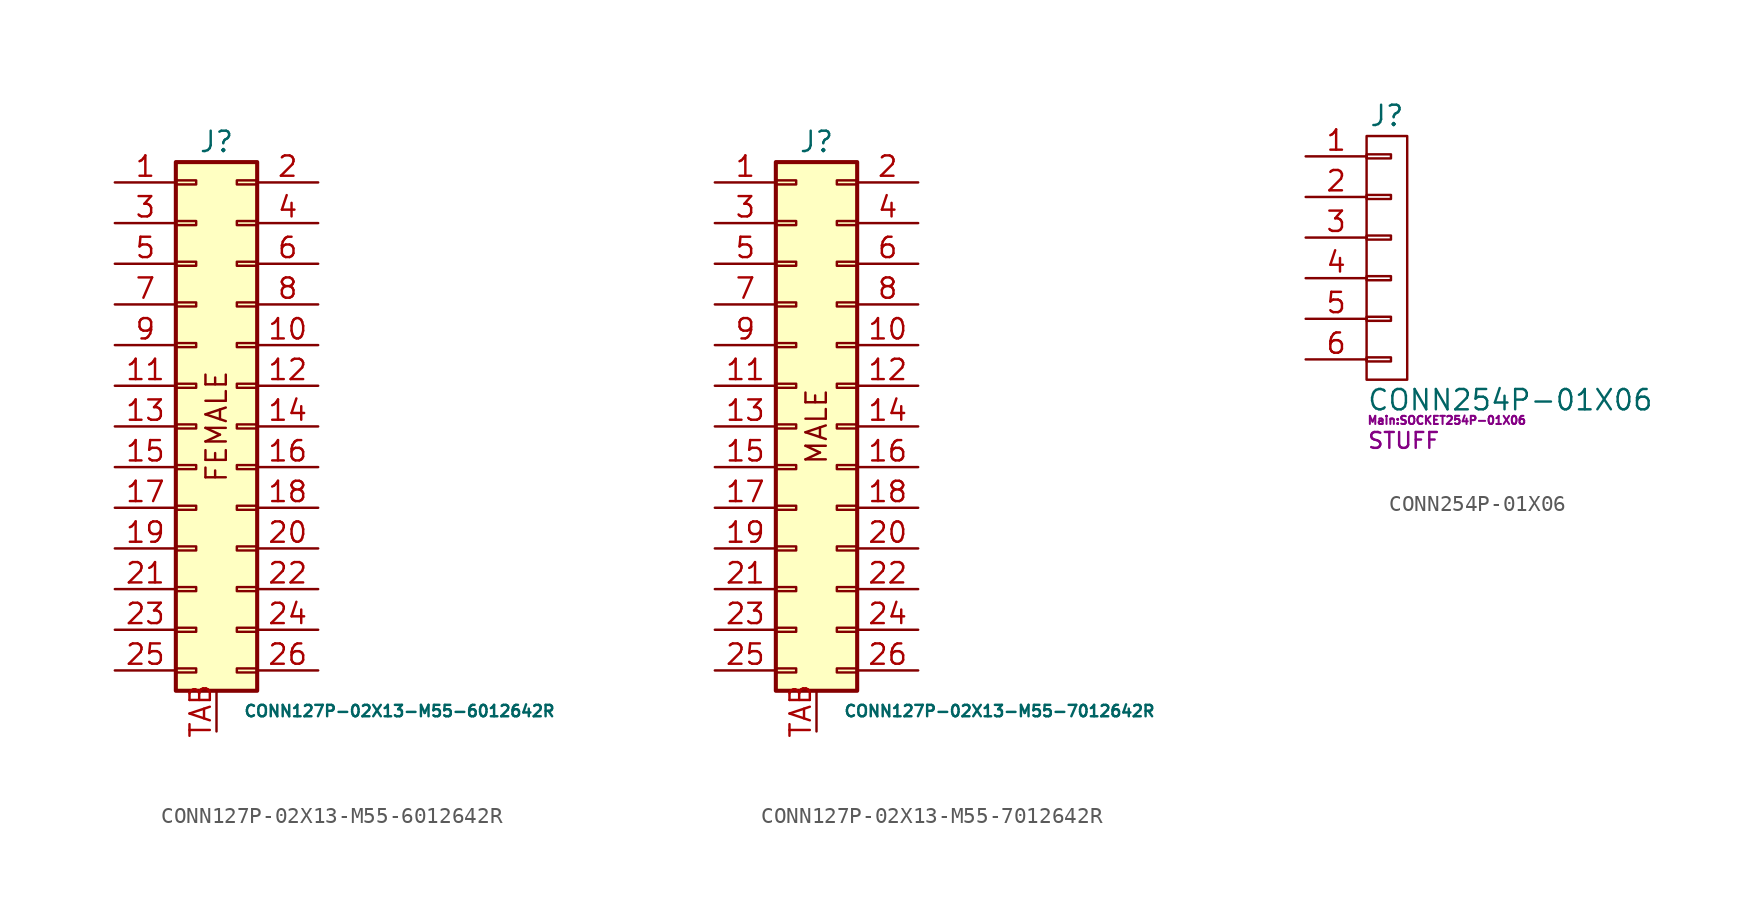
<source format=kicad_sym>
(kicad_symbol_lib
  (version 20211014)
  (generator kicad_symbol_editor)
  (symbol "CONN127P-02X13-M55-6012642R"
    (pin_names
      (offset 1.016) hide)
    (property "Reference" "J"
      (at 1.27 17.78 0)
      (effects (font (size 1.27 1.27))))
    (property "Value" "CONN127P-02X13-M55-6012642R"
      (at 12.7 -17.78 0)
      (effects (font (size 0.711 0.711))))
    (symbol "CONN127P-02X13-M55-6012642R_1_0"
      (text "FEMALE" (at 1.27 0 900) (effects (font (size 1.27 1.27)))))
    (symbol "CONN127P-02X13-M55-6012642R_1_1"
      (rectangle (start -1.27 -15.113) (end 0 -15.367) (stroke (width 0.152) (type default) (color 0 0 0 0)) (fill (type none)))
      (rectangle (start -1.27 -12.573) (end 0 -12.827) (stroke (width 0.152) (type default) (color 0 0 0 0)) (fill (type none)))
      (rectangle (start -1.27 -10.033) (end 0 -10.287) (stroke (width 0.152) (type default) (color 0 0 0 0)) (fill (type none)))
      (rectangle (start -1.27 -7.493) (end 0 -7.747) (stroke (width 0.152) (type default) (color 0 0 0 0)) (fill (type none)))
      (rectangle (start -1.27 -4.953) (end 0 -5.207) (stroke (width 0.152) (type default) (color 0 0 0 0)) (fill (type none)))
      (rectangle (start -1.27 -2.413) (end 0 -2.667) (stroke (width 0.152) (type default) (color 0 0 0 0)) (fill (type none)))
      (rectangle (start -1.27 0.127) (end 0 -0.127) (stroke (width 0.152) (type default) (color 0 0 0 0)) (fill (type none)))
      (rectangle (start -1.27 2.667) (end 0 2.413) (stroke (width 0.152) (type default) (color 0 0 0 0)) (fill (type none)))
      (rectangle (start -1.27 5.207) (end 0 4.953) (stroke (width 0.152) (type default) (color 0 0 0 0)) (fill (type none)))
      (rectangle (start -1.27 7.747) (end 0 7.493) (stroke (width 0.152) (type default) (color 0 0 0 0)) (fill (type none)))
      (rectangle (start -1.27 10.287) (end 0 10.033) (stroke (width 0.152) (type default) (color 0 0 0 0)) (fill (type none)))
      (rectangle (start -1.27 12.827) (end 0 12.573) (stroke (width 0.152) (type default) (color 0 0 0 0)) (fill (type none)))
      (rectangle (start -1.27 15.367) (end 0 15.113) (stroke (width 0.152) (type default) (color 0 0 0 0)) (fill (type none)))
      (rectangle (start -1.27 16.51) (end 3.81 -16.51) (stroke (width 0.254) (type default) (color 0 0 0 0)) (fill (type background)))
      (rectangle (start 3.81 -15.113) (end 2.54 -15.367) (stroke (width 0.152) (type default) (color 0 0 0 0)) (fill (type none)))
      (rectangle (start 3.81 -12.573) (end 2.54 -12.827) (stroke (width 0.152) (type default) (color 0 0 0 0)) (fill (type none)))
      (rectangle (start 3.81 -10.033) (end 2.54 -10.287) (stroke (width 0.152) (type default) (color 0 0 0 0)) (fill (type none)))
      (rectangle (start 3.81 -7.493) (end 2.54 -7.747) (stroke (width 0.152) (type default) (color 0 0 0 0)) (fill (type none)))
      (rectangle (start 3.81 -4.953) (end 2.54 -5.207) (stroke (width 0.152) (type default) (color 0 0 0 0)) (fill (type none)))
      (rectangle (start 3.81 -2.413) (end 2.54 -2.667) (stroke (width 0.152) (type default) (color 0 0 0 0)) (fill (type none)))
      (rectangle (start 3.81 0.127) (end 2.54 -0.127) (stroke (width 0.152) (type default) (color 0 0 0 0)) (fill (type none)))
      (rectangle (start 3.81 2.667) (end 2.54 2.413) (stroke (width 0.152) (type default) (color 0 0 0 0)) (fill (type none)))
      (rectangle (start 3.81 5.207) (end 2.54 4.953) (stroke (width 0.152) (type default) (color 0 0 0 0)) (fill (type none)))
      (rectangle (start 3.81 7.747) (end 2.54 7.493) (stroke (width 0.152) (type default) (color 0 0 0 0)) (fill (type none)))
      (rectangle (start 3.81 10.287) (end 2.54 10.033) (stroke (width 0.152) (type default) (color 0 0 0 0)) (fill (type none)))
      (rectangle (start 3.81 12.827) (end 2.54 12.573) (stroke (width 0.152) (type default) (color 0 0 0 0)) (fill (type none)))
      (rectangle (start 3.81 15.367) (end 2.54 15.113) (stroke (width 0.152) (type default) (color 0 0 0 0)) (fill (type none)))
      (pin passive line (at -5.08 15.24 0) (length 3.81) (name "Pin_1" (effects (font (size 1.27 1.27)))) (number "1" (effects (font (size 1.27 1.27)))))
      (pin passive line (at 7.62 5.08 180) (length 3.81) (name "Pin_10" (effects (font (size 1.27 1.27)))) (number "10" (effects (font (size 1.27 1.27)))))
      (pin passive line (at -5.08 2.54 0) (length 3.81) (name "Pin_11" (effects (font (size 1.27 1.27)))) (number "11" (effects (font (size 1.27 1.27)))))
      (pin passive line (at 7.62 2.54 180) (length 3.81) (name "Pin_12" (effects (font (size 1.27 1.27)))) (number "12" (effects (font (size 1.27 1.27)))))
      (pin passive line (at -5.08 0 0) (length 3.81) (name "Pin_13" (effects (font (size 1.27 1.27)))) (number "13" (effects (font (size 1.27 1.27)))))
      (pin passive line (at 7.62 0 180) (length 3.81) (name "Pin_14" (effects (font (size 1.27 1.27)))) (number "14" (effects (font (size 1.27 1.27)))))
      (pin passive line (at -5.08 -2.54 0) (length 3.81) (name "Pin_15" (effects (font (size 1.27 1.27)))) (number "15" (effects (font (size 1.27 1.27)))))
      (pin passive line (at 7.62 -2.54 180) (length 3.81) (name "Pin_16" (effects (font (size 1.27 1.27)))) (number "16" (effects (font (size 1.27 1.27)))))
      (pin passive line (at -5.08 -5.08 0) (length 3.81) (name "Pin_17" (effects (font (size 1.27 1.27)))) (number "17" (effects (font (size 1.27 1.27)))))
      (pin passive line (at 7.62 -5.08 180) (length 3.81) (name "Pin_18" (effects (font (size 1.27 1.27)))) (number "18" (effects (font (size 1.27 1.27)))))
      (pin passive line (at -5.08 -7.62 0) (length 3.81) (name "Pin_19" (effects (font (size 1.27 1.27)))) (number "19" (effects (font (size 1.27 1.27)))))
      (pin passive line (at 7.62 15.24 180) (length 3.81) (name "Pin_2" (effects (font (size 1.27 1.27)))) (number "2" (effects (font (size 1.27 1.27)))))
      (pin passive line (at 7.62 -7.62 180) (length 3.81) (name "Pin_20" (effects (font (size 1.27 1.27)))) (number "20" (effects (font (size 1.27 1.27)))))
      (pin passive line (at -5.08 -10.16 0) (length 3.81) (name "Pin_21" (effects (font (size 1.27 1.27)))) (number "21" (effects (font (size 1.27 1.27)))))
      (pin passive line (at 7.62 -10.16 180) (length 3.81) (name "Pin_22" (effects (font (size 1.27 1.27)))) (number "22" (effects (font (size 1.27 1.27)))))
      (pin passive line (at -5.08 -12.7 0) (length 3.81) (name "Pin_23" (effects (font (size 1.27 1.27)))) (number "23" (effects (font (size 1.27 1.27)))))
      (pin passive line (at 7.62 -12.7 180) (length 3.81) (name "Pin_24" (effects (font (size 1.27 1.27)))) (number "24" (effects (font (size 1.27 1.27)))))
      (pin passive line (at -5.08 -15.24 0) (length 3.81) (name "Pin_25" (effects (font (size 1.27 1.27)))) (number "25" (effects (font (size 1.27 1.27)))))
      (pin passive line (at 7.62 -15.24 180) (length 3.81) (name "Pin_26" (effects (font (size 1.27 1.27)))) (number "26" (effects (font (size 1.27 1.27)))))
      (pin passive line (at -5.08 12.7 0) (length 3.81) (name "Pin_3" (effects (font (size 1.27 1.27)))) (number "3" (effects (font (size 1.27 1.27)))))
      (pin passive line (at 7.62 12.7 180) (length 3.81) (name "Pin_4" (effects (font (size 1.27 1.27)))) (number "4" (effects (font (size 1.27 1.27)))))
      (pin passive line (at -5.08 10.16 0) (length 3.81) (name "Pin_5" (effects (font (size 1.27 1.27)))) (number "5" (effects (font (size 1.27 1.27)))))
      (pin passive line (at 7.62 10.16 180) (length 3.81) (name "Pin_6" (effects (font (size 1.27 1.27)))) (number "6" (effects (font (size 1.27 1.27)))))
      (pin passive line (at -5.08 7.62 0) (length 3.81) (name "Pin_7" (effects (font (size 1.27 1.27)))) (number "7" (effects (font (size 1.27 1.27)))))
      (pin passive line (at 7.62 7.62 180) (length 3.81) (name "Pin_8" (effects (font (size 1.27 1.27)))) (number "8" (effects (font (size 1.27 1.27)))))
      (pin passive line (at -5.08 5.08 0) (length 3.81) (name "Pin_9" (effects (font (size 1.27 1.27)))) (number "9" (effects (font (size 1.27 1.27)))))
      (pin passive line (at 1.27 -19.05 90) (length 2.54) (name "TAB" (effects (font (size 1.27 1.27)))) (number "TAB" (effects (font (size 1.27 1.27)))))))
  (symbol "CONN127P-02X13-M55-7012642R"
    (pin_names
      (offset 1.016) hide)
    (property "Reference" "J"
      (at 1.27 17.78 0)
      (effects (font (size 1.27 1.27))))
    (property "Value" "CONN127P-02X13-M55-7012642R"
      (at 12.7 -17.78 0)
      (effects (font (size 0.711 0.711))))
    (symbol "CONN127P-02X13-M55-7012642R_1_0"
      (text "MALE" (at 1.27 0 900) (effects (font (size 1.27 1.27)))))
    (symbol "CONN127P-02X13-M55-7012642R_1_1"
      (rectangle (start -1.27 -15.113) (end 0 -15.367) (stroke (width 0.152) (type default) (color 0 0 0 0)) (fill (type none)))
      (rectangle (start -1.27 -12.573) (end 0 -12.827) (stroke (width 0.152) (type default) (color 0 0 0 0)) (fill (type none)))
      (rectangle (start -1.27 -10.033) (end 0 -10.287) (stroke (width 0.152) (type default) (color 0 0 0 0)) (fill (type none)))
      (rectangle (start -1.27 -7.493) (end 0 -7.747) (stroke (width 0.152) (type default) (color 0 0 0 0)) (fill (type none)))
      (rectangle (start -1.27 -4.953) (end 0 -5.207) (stroke (width 0.152) (type default) (color 0 0 0 0)) (fill (type none)))
      (rectangle (start -1.27 -2.413) (end 0 -2.667) (stroke (width 0.152) (type default) (color 0 0 0 0)) (fill (type none)))
      (rectangle (start -1.27 0.127) (end 0 -0.127) (stroke (width 0.152) (type default) (color 0 0 0 0)) (fill (type none)))
      (rectangle (start -1.27 2.667) (end 0 2.413) (stroke (width 0.152) (type default) (color 0 0 0 0)) (fill (type none)))
      (rectangle (start -1.27 5.207) (end 0 4.953) (stroke (width 0.152) (type default) (color 0 0 0 0)) (fill (type none)))
      (rectangle (start -1.27 7.747) (end 0 7.493) (stroke (width 0.152) (type default) (color 0 0 0 0)) (fill (type none)))
      (rectangle (start -1.27 10.287) (end 0 10.033) (stroke (width 0.152) (type default) (color 0 0 0 0)) (fill (type none)))
      (rectangle (start -1.27 12.827) (end 0 12.573) (stroke (width 0.152) (type default) (color 0 0 0 0)) (fill (type none)))
      (rectangle (start -1.27 15.367) (end 0 15.113) (stroke (width 0.152) (type default) (color 0 0 0 0)) (fill (type none)))
      (rectangle (start -1.27 16.51) (end 3.81 -16.51) (stroke (width 0.254) (type default) (color 0 0 0 0)) (fill (type background)))
      (rectangle (start 3.81 -15.113) (end 2.54 -15.367) (stroke (width 0.152) (type default) (color 0 0 0 0)) (fill (type none)))
      (rectangle (start 3.81 -12.573) (end 2.54 -12.827) (stroke (width 0.152) (type default) (color 0 0 0 0)) (fill (type none)))
      (rectangle (start 3.81 -10.033) (end 2.54 -10.287) (stroke (width 0.152) (type default) (color 0 0 0 0)) (fill (type none)))
      (rectangle (start 3.81 -7.493) (end 2.54 -7.747) (stroke (width 0.152) (type default) (color 0 0 0 0)) (fill (type none)))
      (rectangle (start 3.81 -4.953) (end 2.54 -5.207) (stroke (width 0.152) (type default) (color 0 0 0 0)) (fill (type none)))
      (rectangle (start 3.81 -2.413) (end 2.54 -2.667) (stroke (width 0.152) (type default) (color 0 0 0 0)) (fill (type none)))
      (rectangle (start 3.81 0.127) (end 2.54 -0.127) (stroke (width 0.152) (type default) (color 0 0 0 0)) (fill (type none)))
      (rectangle (start 3.81 2.667) (end 2.54 2.413) (stroke (width 0.152) (type default) (color 0 0 0 0)) (fill (type none)))
      (rectangle (start 3.81 5.207) (end 2.54 4.953) (stroke (width 0.152) (type default) (color 0 0 0 0)) (fill (type none)))
      (rectangle (start 3.81 7.747) (end 2.54 7.493) (stroke (width 0.152) (type default) (color 0 0 0 0)) (fill (type none)))
      (rectangle (start 3.81 10.287) (end 2.54 10.033) (stroke (width 0.152) (type default) (color 0 0 0 0)) (fill (type none)))
      (rectangle (start 3.81 12.827) (end 2.54 12.573) (stroke (width 0.152) (type default) (color 0 0 0 0)) (fill (type none)))
      (rectangle (start 3.81 15.367) (end 2.54 15.113) (stroke (width 0.152) (type default) (color 0 0 0 0)) (fill (type none)))
      (pin passive line (at -5.08 15.24 0) (length 3.81) (name "Pin_1" (effects (font (size 1.27 1.27)))) (number "1" (effects (font (size 1.27 1.27)))))
      (pin passive line (at 7.62 5.08 180) (length 3.81) (name "Pin_10" (effects (font (size 1.27 1.27)))) (number "10" (effects (font (size 1.27 1.27)))))
      (pin passive line (at -5.08 2.54 0) (length 3.81) (name "Pin_11" (effects (font (size 1.27 1.27)))) (number "11" (effects (font (size 1.27 1.27)))))
      (pin passive line (at 7.62 2.54 180) (length 3.81) (name "Pin_12" (effects (font (size 1.27 1.27)))) (number "12" (effects (font (size 1.27 1.27)))))
      (pin passive line (at -5.08 0 0) (length 3.81) (name "Pin_13" (effects (font (size 1.27 1.27)))) (number "13" (effects (font (size 1.27 1.27)))))
      (pin passive line (at 7.62 0 180) (length 3.81) (name "Pin_14" (effects (font (size 1.27 1.27)))) (number "14" (effects (font (size 1.27 1.27)))))
      (pin passive line (at -5.08 -2.54 0) (length 3.81) (name "Pin_15" (effects (font (size 1.27 1.27)))) (number "15" (effects (font (size 1.27 1.27)))))
      (pin passive line (at 7.62 -2.54 180) (length 3.81) (name "Pin_16" (effects (font (size 1.27 1.27)))) (number "16" (effects (font (size 1.27 1.27)))))
      (pin passive line (at -5.08 -5.08 0) (length 3.81) (name "Pin_17" (effects (font (size 1.27 1.27)))) (number "17" (effects (font (size 1.27 1.27)))))
      (pin passive line (at 7.62 -5.08 180) (length 3.81) (name "Pin_18" (effects (font (size 1.27 1.27)))) (number "18" (effects (font (size 1.27 1.27)))))
      (pin passive line (at -5.08 -7.62 0) (length 3.81) (name "Pin_19" (effects (font (size 1.27 1.27)))) (number "19" (effects (font (size 1.27 1.27)))))
      (pin passive line (at 7.62 15.24 180) (length 3.81) (name "Pin_2" (effects (font (size 1.27 1.27)))) (number "2" (effects (font (size 1.27 1.27)))))
      (pin passive line (at 7.62 -7.62 180) (length 3.81) (name "Pin_20" (effects (font (size 1.27 1.27)))) (number "20" (effects (font (size 1.27 1.27)))))
      (pin passive line (at -5.08 -10.16 0) (length 3.81) (name "Pin_21" (effects (font (size 1.27 1.27)))) (number "21" (effects (font (size 1.27 1.27)))))
      (pin passive line (at 7.62 -10.16 180) (length 3.81) (name "Pin_22" (effects (font (size 1.27 1.27)))) (number "22" (effects (font (size 1.27 1.27)))))
      (pin passive line (at -5.08 -12.7 0) (length 3.81) (name "Pin_23" (effects (font (size 1.27 1.27)))) (number "23" (effects (font (size 1.27 1.27)))))
      (pin passive line (at 7.62 -12.7 180) (length 3.81) (name "Pin_24" (effects (font (size 1.27 1.27)))) (number "24" (effects (font (size 1.27 1.27)))))
      (pin passive line (at -5.08 -15.24 0) (length 3.81) (name "Pin_25" (effects (font (size 1.27 1.27)))) (number "25" (effects (font (size 1.27 1.27)))))
      (pin passive line (at 7.62 -15.24 180) (length 3.81) (name "Pin_26" (effects (font (size 1.27 1.27)))) (number "26" (effects (font (size 1.27 1.27)))))
      (pin passive line (at -5.08 12.7 0) (length 3.81) (name "Pin_3" (effects (font (size 1.27 1.27)))) (number "3" (effects (font (size 1.27 1.27)))))
      (pin passive line (at 7.62 12.7 180) (length 3.81) (name "Pin_4" (effects (font (size 1.27 1.27)))) (number "4" (effects (font (size 1.27 1.27)))))
      (pin passive line (at -5.08 10.16 0) (length 3.81) (name "Pin_5" (effects (font (size 1.27 1.27)))) (number "5" (effects (font (size 1.27 1.27)))))
      (pin passive line (at 7.62 10.16 180) (length 3.81) (name "Pin_6" (effects (font (size 1.27 1.27)))) (number "6" (effects (font (size 1.27 1.27)))))
      (pin passive line (at -5.08 7.62 0) (length 3.81) (name "Pin_7" (effects (font (size 1.27 1.27)))) (number "7" (effects (font (size 1.27 1.27)))))
      (pin passive line (at 7.62 7.62 180) (length 3.81) (name "Pin_8" (effects (font (size 1.27 1.27)))) (number "8" (effects (font (size 1.27 1.27)))))
      (pin passive line (at -5.08 5.08 0) (length 3.81) (name "Pin_9" (effects (font (size 1.27 1.27)))) (number "9" (effects (font (size 1.27 1.27)))))
      (pin passive line (at 1.27 -19.05 90) (length 2.54) (name "TAB" (effects (font (size 1.27 1.27)))) (number "TAB" (effects (font (size 1.27 1.27)))))))
  (symbol "CONN254P-01X06"
    (pin_names
      (offset 1.016) hide)
    (property "Reference" "J"
      (at 0 8.89 0)
      (effects (font (size 1.27 1.27))))
    (property "Value" "CONN254P-01X06"
      (at -1.27 -8.89 0)
      (effects (font (size 1.27 1.27)) (justify left)))
    (property "Footprint" "Main:SOCKET254P-01X06"
      (at -1.27 -10.16 0)
      (effects (font (size 0.508 0.508)) (justify left)))
    (property "Datasheet" ""
      (at 0 6.35 0)
      (effects (font (size 1.27 1.27))))
    (property "SKU" "STUFF"
      (at -1.27 -11.43 0)
      (effects (font (size 0.991 0.991)) (justify left)))
    (symbol "CONN254P-01X06_0_1"
      (rectangle (start -1.27 -6.223) (end 0.254 -6.477) (stroke (width 0) (type default) (color 0 0 0 0)) (fill (type none)))
      (rectangle (start -1.27 -3.683) (end 0.254 -3.937) (stroke (width 0) (type default) (color 0 0 0 0)) (fill (type none)))
      (rectangle (start -1.27 -1.143) (end 0.254 -1.397) (stroke (width 0) (type default) (color 0 0 0 0)) (fill (type none)))
      (rectangle (start -1.27 1.397) (end 0.254 1.143) (stroke (width 0) (type default) (color 0 0 0 0)) (fill (type none)))
      (rectangle (start -1.27 3.937) (end 0.254 3.683) (stroke (width 0) (type default) (color 0 0 0 0)) (fill (type none)))
      (rectangle (start -1.27 6.477) (end 0.254 6.223) (stroke (width 0) (type default) (color 0 0 0 0)) (fill (type none)))
      (rectangle (start -1.27 7.62) (end 1.27 -7.62) (stroke (width 0) (type default) (color 0 0 0 0)) (fill (type none))))
    (symbol "CONN254P-01X06_1_1"
      (pin passive line (at -5.08 6.35 0) (length 3.81) (name "P1" (effects (font (size 1.27 1.27)))) (number "1" (effects (font (size 1.27 1.27)))))
      (pin passive line (at -5.08 3.81 0) (length 3.81) (name "P2" (effects (font (size 1.27 1.27)))) (number "2" (effects (font (size 1.27 1.27)))))
      (pin passive line (at -5.08 1.27 0) (length 3.81) (name "P3" (effects (font (size 1.27 1.27)))) (number "3" (effects (font (size 1.27 1.27)))))
      (pin passive line (at -5.08 -1.27 0) (length 3.81) (name "P4" (effects (font (size 1.27 1.27)))) (number "4" (effects (font (size 1.27 1.27)))))
      (pin passive line (at -5.08 -3.81 0) (length 3.81) (name "P5" (effects (font (size 1.27 1.27)))) (number "5" (effects (font (size 1.27 1.27)))))
      (pin passive line (at -5.08 -6.35 0) (length 3.81) (name "P6" (effects (font (size 1.27 1.27)))) (number "6" (effects (font (size 1.27 1.27))))))))
</source>
